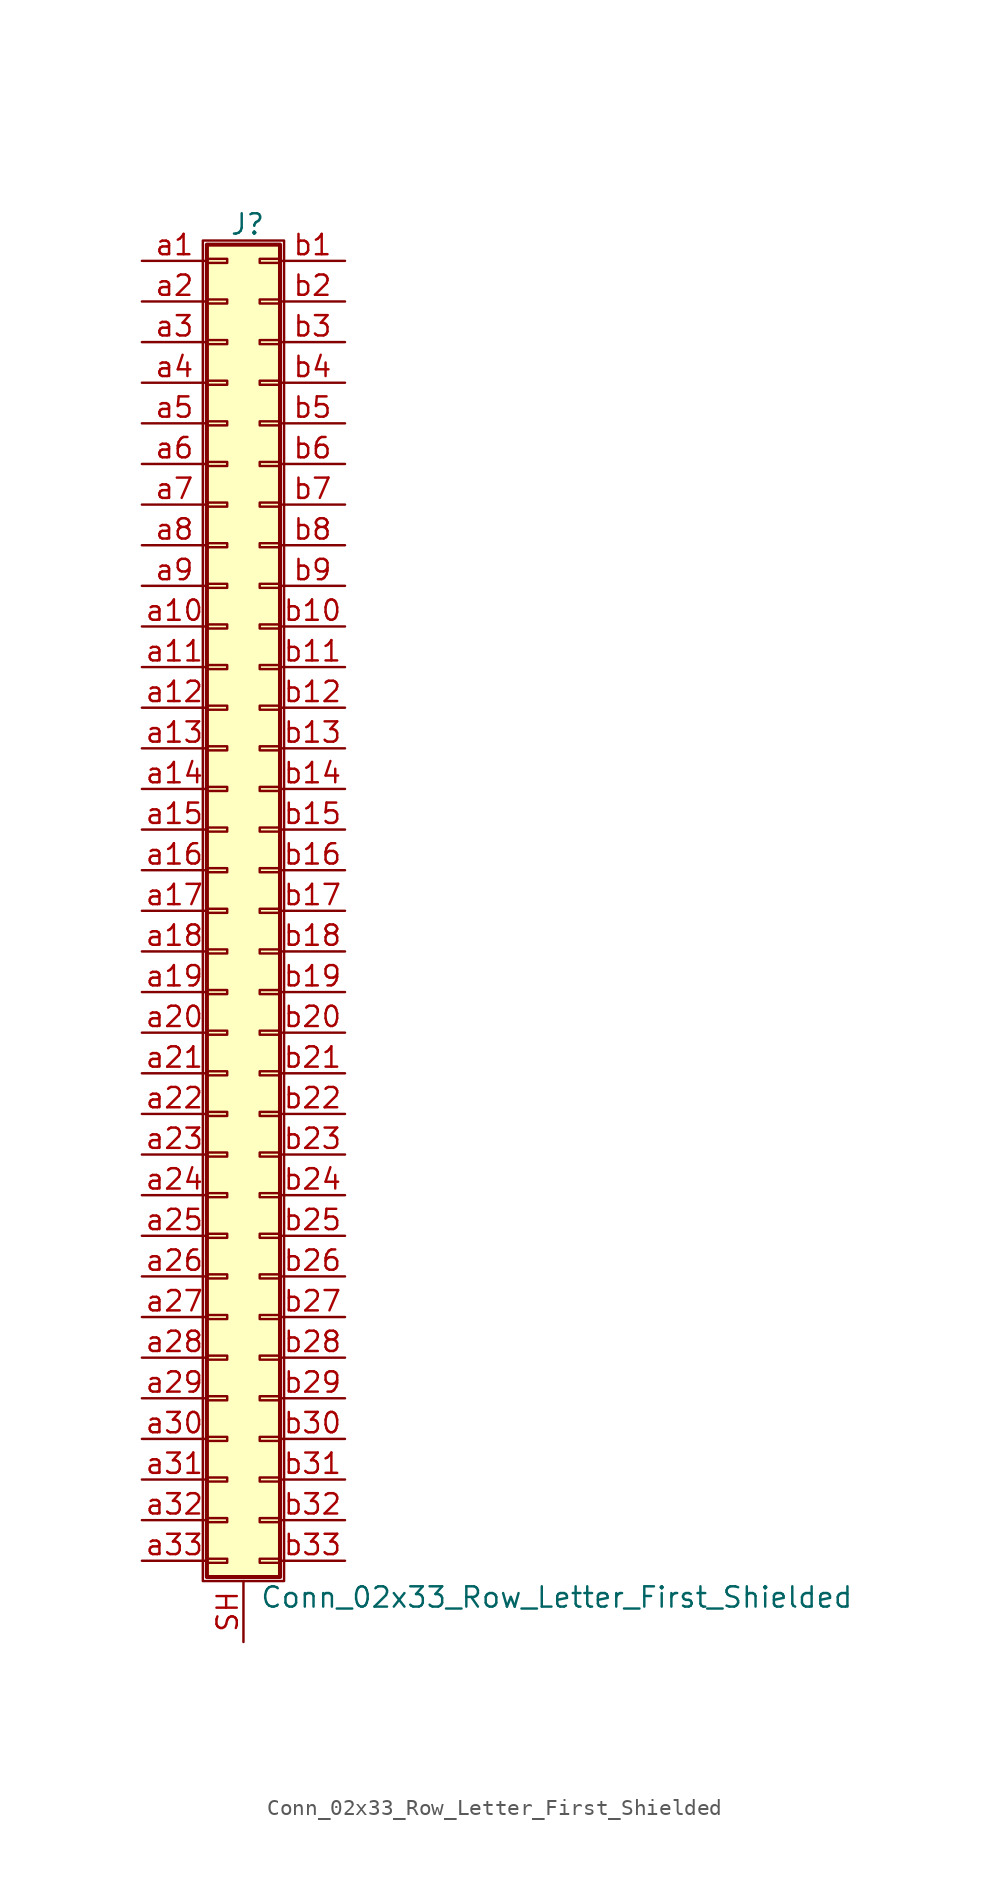
<source format=kicad_sym>
(kicad_symbol_lib
  (version 20211014)
  (generator kicad_symbol_editor)
  (symbol "Conn_02x33_Row_Letter_First_Shielded"
    (pin_names
      (offset 1.016) hide)
    (property "Reference" "J"
      (at 1.524 42.926 0)
      (effects (font (size 1.27 1.27))))
    (property "Value" "Conn_02x33_Row_Letter_First_Shielded"
      (at 2.286 -42.926 0)
      (effects (font (size 1.27 1.27)) (justify left)))
    (symbol "Conn_02x33_Row_Letter_First_Shielded_1_1"
      (rectangle (start -1.27 41.91) (end 3.81 -41.91) (stroke (width 0.152) (type default) (color 0 0 0 0)) (fill (type none)))
      (rectangle (start -1.016 -40.513) (end 0.254 -40.767) (stroke (width 0.152) (type default) (color 0 0 0 0)) (fill (type none)))
      (rectangle (start -1.016 -37.973) (end 0.254 -38.227) (stroke (width 0.152) (type default) (color 0 0 0 0)) (fill (type none)))
      (rectangle (start -1.016 -35.433) (end 0.254 -35.687) (stroke (width 0.152) (type default) (color 0 0 0 0)) (fill (type none)))
      (rectangle (start -1.016 -32.893) (end 0.254 -33.147) (stroke (width 0.152) (type default) (color 0 0 0 0)) (fill (type none)))
      (rectangle (start -1.016 -30.353) (end 0.254 -30.607) (stroke (width 0.152) (type default) (color 0 0 0 0)) (fill (type none)))
      (rectangle (start -1.016 -27.813) (end 0.254 -28.067) (stroke (width 0.152) (type default) (color 0 0 0 0)) (fill (type none)))
      (rectangle (start -1.016 -25.273) (end 0.254 -25.527) (stroke (width 0.152) (type default) (color 0 0 0 0)) (fill (type none)))
      (rectangle (start -1.016 -22.733) (end 0.254 -22.987) (stroke (width 0.152) (type default) (color 0 0 0 0)) (fill (type none)))
      (rectangle (start -1.016 -20.193) (end 0.254 -20.447) (stroke (width 0.152) (type default) (color 0 0 0 0)) (fill (type none)))
      (rectangle (start -1.016 -17.653) (end 0.254 -17.907) (stroke (width 0.152) (type default) (color 0 0 0 0)) (fill (type none)))
      (rectangle (start -1.016 -15.113) (end 0.254 -15.367) (stroke (width 0.152) (type default) (color 0 0 0 0)) (fill (type none)))
      (rectangle (start -1.016 -12.573) (end 0.254 -12.827) (stroke (width 0.152) (type default) (color 0 0 0 0)) (fill (type none)))
      (rectangle (start -1.016 -10.033) (end 0.254 -10.287) (stroke (width 0.152) (type default) (color 0 0 0 0)) (fill (type none)))
      (rectangle (start -1.016 -7.493) (end 0.254 -7.747) (stroke (width 0.152) (type default) (color 0 0 0 0)) (fill (type none)))
      (rectangle (start -1.016 -4.953) (end 0.254 -5.207) (stroke (width 0.152) (type default) (color 0 0 0 0)) (fill (type none)))
      (rectangle (start -1.016 -2.413) (end 0.254 -2.667) (stroke (width 0.152) (type default) (color 0 0 0 0)) (fill (type none)))
      (rectangle (start -1.016 0.127) (end 0.254 -0.127) (stroke (width 0.152) (type default) (color 0 0 0 0)) (fill (type none)))
      (rectangle (start -1.016 2.667) (end 0.254 2.413) (stroke (width 0.152) (type default) (color 0 0 0 0)) (fill (type none)))
      (rectangle (start -1.016 5.207) (end 0.254 4.953) (stroke (width 0.152) (type default) (color 0 0 0 0)) (fill (type none)))
      (rectangle (start -1.016 7.747) (end 0.254 7.493) (stroke (width 0.152) (type default) (color 0 0 0 0)) (fill (type none)))
      (rectangle (start -1.016 10.287) (end 0.254 10.033) (stroke (width 0.152) (type default) (color 0 0 0 0)) (fill (type none)))
      (rectangle (start -1.016 12.827) (end 0.254 12.573) (stroke (width 0.152) (type default) (color 0 0 0 0)) (fill (type none)))
      (rectangle (start -1.016 15.367) (end 0.254 15.113) (stroke (width 0.152) (type default) (color 0 0 0 0)) (fill (type none)))
      (rectangle (start -1.016 17.907) (end 0.254 17.653) (stroke (width 0.152) (type default) (color 0 0 0 0)) (fill (type none)))
      (rectangle (start -1.016 20.447) (end 0.254 20.193) (stroke (width 0.152) (type default) (color 0 0 0 0)) (fill (type none)))
      (rectangle (start -1.016 22.987) (end 0.254 22.733) (stroke (width 0.152) (type default) (color 0 0 0 0)) (fill (type none)))
      (rectangle (start -1.016 25.527) (end 0.254 25.273) (stroke (width 0.152) (type default) (color 0 0 0 0)) (fill (type none)))
      (rectangle (start -1.016 28.067) (end 0.254 27.813) (stroke (width 0.152) (type default) (color 0 0 0 0)) (fill (type none)))
      (rectangle (start -1.016 30.607) (end 0.254 30.353) (stroke (width 0.152) (type default) (color 0 0 0 0)) (fill (type none)))
      (rectangle (start -1.016 33.147) (end 0.254 32.893) (stroke (width 0.152) (type default) (color 0 0 0 0)) (fill (type none)))
      (rectangle (start -1.016 35.687) (end 0.254 35.433) (stroke (width 0.152) (type default) (color 0 0 0 0)) (fill (type none)))
      (rectangle (start -1.016 38.227) (end 0.254 37.973) (stroke (width 0.152) (type default) (color 0 0 0 0)) (fill (type none)))
      (rectangle (start -1.016 40.767) (end 0.254 40.513) (stroke (width 0.152) (type default) (color 0 0 0 0)) (fill (type none)))
      (rectangle (start -1.016 41.656) (end 3.556 -41.656) (stroke (width 0.254) (type default) (color 0 0 0 0)) (fill (type background)))
      (rectangle (start 3.556 -40.513) (end 2.286 -40.767) (stroke (width 0.152) (type default) (color 0 0 0 0)) (fill (type none)))
      (rectangle (start 3.556 -37.973) (end 2.286 -38.227) (stroke (width 0.152) (type default) (color 0 0 0 0)) (fill (type none)))
      (rectangle (start 3.556 -35.433) (end 2.286 -35.687) (stroke (width 0.152) (type default) (color 0 0 0 0)) (fill (type none)))
      (rectangle (start 3.556 -32.893) (end 2.286 -33.147) (stroke (width 0.152) (type default) (color 0 0 0 0)) (fill (type none)))
      (rectangle (start 3.556 -30.353) (end 2.286 -30.607) (stroke (width 0.152) (type default) (color 0 0 0 0)) (fill (type none)))
      (rectangle (start 3.556 -27.813) (end 2.286 -28.067) (stroke (width 0.152) (type default) (color 0 0 0 0)) (fill (type none)))
      (rectangle (start 3.556 -25.273) (end 2.286 -25.527) (stroke (width 0.152) (type default) (color 0 0 0 0)) (fill (type none)))
      (rectangle (start 3.556 -22.733) (end 2.286 -22.987) (stroke (width 0.152) (type default) (color 0 0 0 0)) (fill (type none)))
      (rectangle (start 3.556 -20.193) (end 2.286 -20.447) (stroke (width 0.152) (type default) (color 0 0 0 0)) (fill (type none)))
      (rectangle (start 3.556 -17.653) (end 2.286 -17.907) (stroke (width 0.152) (type default) (color 0 0 0 0)) (fill (type none)))
      (rectangle (start 3.556 -15.113) (end 2.286 -15.367) (stroke (width 0.152) (type default) (color 0 0 0 0)) (fill (type none)))
      (rectangle (start 3.556 -12.573) (end 2.286 -12.827) (stroke (width 0.152) (type default) (color 0 0 0 0)) (fill (type none)))
      (rectangle (start 3.556 -10.033) (end 2.286 -10.287) (stroke (width 0.152) (type default) (color 0 0 0 0)) (fill (type none)))
      (rectangle (start 3.556 -7.493) (end 2.286 -7.747) (stroke (width 0.152) (type default) (color 0 0 0 0)) (fill (type none)))
      (rectangle (start 3.556 -4.953) (end 2.286 -5.207) (stroke (width 0.152) (type default) (color 0 0 0 0)) (fill (type none)))
      (rectangle (start 3.556 -2.413) (end 2.286 -2.667) (stroke (width 0.152) (type default) (color 0 0 0 0)) (fill (type none)))
      (rectangle (start 3.556 0.127) (end 2.286 -0.127) (stroke (width 0.152) (type default) (color 0 0 0 0)) (fill (type none)))
      (rectangle (start 3.556 2.667) (end 2.286 2.413) (stroke (width 0.152) (type default) (color 0 0 0 0)) (fill (type none)))
      (rectangle (start 3.556 5.207) (end 2.286 4.953) (stroke (width 0.152) (type default) (color 0 0 0 0)) (fill (type none)))
      (rectangle (start 3.556 7.747) (end 2.286 7.493) (stroke (width 0.152) (type default) (color 0 0 0 0)) (fill (type none)))
      (rectangle (start 3.556 10.287) (end 2.286 10.033) (stroke (width 0.152) (type default) (color 0 0 0 0)) (fill (type none)))
      (rectangle (start 3.556 12.827) (end 2.286 12.573) (stroke (width 0.152) (type default) (color 0 0 0 0)) (fill (type none)))
      (rectangle (start 3.556 15.367) (end 2.286 15.113) (stroke (width 0.152) (type default) (color 0 0 0 0)) (fill (type none)))
      (rectangle (start 3.556 17.907) (end 2.286 17.653) (stroke (width 0.152) (type default) (color 0 0 0 0)) (fill (type none)))
      (rectangle (start 3.556 20.447) (end 2.286 20.193) (stroke (width 0.152) (type default) (color 0 0 0 0)) (fill (type none)))
      (rectangle (start 3.556 22.987) (end 2.286 22.733) (stroke (width 0.152) (type default) (color 0 0 0 0)) (fill (type none)))
      (rectangle (start 3.556 25.527) (end 2.286 25.273) (stroke (width 0.152) (type default) (color 0 0 0 0)) (fill (type none)))
      (rectangle (start 3.556 28.067) (end 2.286 27.813) (stroke (width 0.152) (type default) (color 0 0 0 0)) (fill (type none)))
      (rectangle (start 3.556 30.607) (end 2.286 30.353) (stroke (width 0.152) (type default) (color 0 0 0 0)) (fill (type none)))
      (rectangle (start 3.556 33.147) (end 2.286 32.893) (stroke (width 0.152) (type default) (color 0 0 0 0)) (fill (type none)))
      (rectangle (start 3.556 35.687) (end 2.286 35.433) (stroke (width 0.152) (type default) (color 0 0 0 0)) (fill (type none)))
      (rectangle (start 3.556 38.227) (end 2.286 37.973) (stroke (width 0.152) (type default) (color 0 0 0 0)) (fill (type none)))
      (rectangle (start 3.556 40.767) (end 2.286 40.513) (stroke (width 0.152) (type default) (color 0 0 0 0)) (fill (type none)))
      (pin passive line (at 1.27 -45.72 90) (length 3.81) (name "Shield" (effects (font (size 1.27 1.27)))) (number "SH" (effects (font (size 1.27 1.27)))))
      (pin passive line (at -5.08 40.64 0) (length 4.064) (name "Pin_a1" (effects (font (size 1.27 1.27)))) (number "a1" (effects (font (size 1.27 1.27)))))
      (pin passive line (at -5.08 17.78 0) (length 4.064) (name "Pin_a10" (effects (font (size 1.27 1.27)))) (number "a10" (effects (font (size 1.27 1.27)))))
      (pin passive line (at -5.08 15.24 0) (length 4.064) (name "Pin_a11" (effects (font (size 1.27 1.27)))) (number "a11" (effects (font (size 1.27 1.27)))))
      (pin passive line (at -5.08 12.7 0) (length 4.064) (name "Pin_a12" (effects (font (size 1.27 1.27)))) (number "a12" (effects (font (size 1.27 1.27)))))
      (pin passive line (at -5.08 10.16 0) (length 4.064) (name "Pin_a13" (effects (font (size 1.27 1.27)))) (number "a13" (effects (font (size 1.27 1.27)))))
      (pin passive line (at -5.08 7.62 0) (length 4.064) (name "Pin_a14" (effects (font (size 1.27 1.27)))) (number "a14" (effects (font (size 1.27 1.27)))))
      (pin passive line (at -5.08 5.08 0) (length 4.064) (name "Pin_a15" (effects (font (size 1.27 1.27)))) (number "a15" (effects (font (size 1.27 1.27)))))
      (pin passive line (at -5.08 2.54 0) (length 4.064) (name "Pin_a16" (effects (font (size 1.27 1.27)))) (number "a16" (effects (font (size 1.27 1.27)))))
      (pin passive line (at -5.08 0 0) (length 4.064) (name "Pin_a17" (effects (font (size 1.27 1.27)))) (number "a17" (effects (font (size 1.27 1.27)))))
      (pin passive line (at -5.08 -2.54 0) (length 4.064) (name "Pin_a18" (effects (font (size 1.27 1.27)))) (number "a18" (effects (font (size 1.27 1.27)))))
      (pin passive line (at -5.08 -5.08 0) (length 4.064) (name "Pin_a19" (effects (font (size 1.27 1.27)))) (number "a19" (effects (font (size 1.27 1.27)))))
      (pin passive line (at -5.08 38.1 0) (length 4.064) (name "Pin_a2" (effects (font (size 1.27 1.27)))) (number "a2" (effects (font (size 1.27 1.27)))))
      (pin passive line (at -5.08 -7.62 0) (length 4.064) (name "Pin_a20" (effects (font (size 1.27 1.27)))) (number "a20" (effects (font (size 1.27 1.27)))))
      (pin passive line (at -5.08 -10.16 0) (length 4.064) (name "Pin_a21" (effects (font (size 1.27 1.27)))) (number "a21" (effects (font (size 1.27 1.27)))))
      (pin passive line (at -5.08 -12.7 0) (length 4.064) (name "Pin_a22" (effects (font (size 1.27 1.27)))) (number "a22" (effects (font (size 1.27 1.27)))))
      (pin passive line (at -5.08 -15.24 0) (length 4.064) (name "Pin_a23" (effects (font (size 1.27 1.27)))) (number "a23" (effects (font (size 1.27 1.27)))))
      (pin passive line (at -5.08 -17.78 0) (length 4.064) (name "Pin_a24" (effects (font (size 1.27 1.27)))) (number "a24" (effects (font (size 1.27 1.27)))))
      (pin passive line (at -5.08 -20.32 0) (length 4.064) (name "Pin_a25" (effects (font (size 1.27 1.27)))) (number "a25" (effects (font (size 1.27 1.27)))))
      (pin passive line (at -5.08 -22.86 0) (length 4.064) (name "Pin_a26" (effects (font (size 1.27 1.27)))) (number "a26" (effects (font (size 1.27 1.27)))))
      (pin passive line (at -5.08 -25.4 0) (length 4.064) (name "Pin_a27" (effects (font (size 1.27 1.27)))) (number "a27" (effects (font (size 1.27 1.27)))))
      (pin passive line (at -5.08 -27.94 0) (length 4.064) (name "Pin_a28" (effects (font (size 1.27 1.27)))) (number "a28" (effects (font (size 1.27 1.27)))))
      (pin passive line (at -5.08 -30.48 0) (length 4.064) (name "Pin_a29" (effects (font (size 1.27 1.27)))) (number "a29" (effects (font (size 1.27 1.27)))))
      (pin passive line (at -5.08 35.56 0) (length 4.064) (name "Pin_a3" (effects (font (size 1.27 1.27)))) (number "a3" (effects (font (size 1.27 1.27)))))
      (pin passive line (at -5.08 -33.02 0) (length 4.064) (name "Pin_a30" (effects (font (size 1.27 1.27)))) (number "a30" (effects (font (size 1.27 1.27)))))
      (pin passive line (at -5.08 -35.56 0) (length 4.064) (name "Pin_a31" (effects (font (size 1.27 1.27)))) (number "a31" (effects (font (size 1.27 1.27)))))
      (pin passive line (at -5.08 -38.1 0) (length 4.064) (name "Pin_a32" (effects (font (size 1.27 1.27)))) (number "a32" (effects (font (size 1.27 1.27)))))
      (pin passive line (at -5.08 -40.64 0) (length 4.064) (name "Pin_a33" (effects (font (size 1.27 1.27)))) (number "a33" (effects (font (size 1.27 1.27)))))
      (pin passive line (at -5.08 33.02 0) (length 4.064) (name "Pin_a4" (effects (font (size 1.27 1.27)))) (number "a4" (effects (font (size 1.27 1.27)))))
      (pin passive line (at -5.08 30.48 0) (length 4.064) (name "Pin_a5" (effects (font (size 1.27 1.27)))) (number "a5" (effects (font (size 1.27 1.27)))))
      (pin passive line (at -5.08 27.94 0) (length 4.064) (name "Pin_a6" (effects (font (size 1.27 1.27)))) (number "a6" (effects (font (size 1.27 1.27)))))
      (pin passive line (at -5.08 25.4 0) (length 4.064) (name "Pin_a7" (effects (font (size 1.27 1.27)))) (number "a7" (effects (font (size 1.27 1.27)))))
      (pin passive line (at -5.08 22.86 0) (length 4.064) (name "Pin_a8" (effects (font (size 1.27 1.27)))) (number "a8" (effects (font (size 1.27 1.27)))))
      (pin passive line (at -5.08 20.32 0) (length 4.064) (name "Pin_a9" (effects (font (size 1.27 1.27)))) (number "a9" (effects (font (size 1.27 1.27)))))
      (pin passive line (at 7.62 40.64 180) (length 4.064) (name "Pin_b1" (effects (font (size 1.27 1.27)))) (number "b1" (effects (font (size 1.27 1.27)))))
      (pin passive line (at 7.62 17.78 180) (length 4.064) (name "Pin_b10" (effects (font (size 1.27 1.27)))) (number "b10" (effects (font (size 1.27 1.27)))))
      (pin passive line (at 7.62 15.24 180) (length 4.064) (name "Pin_b11" (effects (font (size 1.27 1.27)))) (number "b11" (effects (font (size 1.27 1.27)))))
      (pin passive line (at 7.62 12.7 180) (length 4.064) (name "Pin_b12" (effects (font (size 1.27 1.27)))) (number "b12" (effects (font (size 1.27 1.27)))))
      (pin passive line (at 7.62 10.16 180) (length 4.064) (name "Pin_b13" (effects (font (size 1.27 1.27)))) (number "b13" (effects (font (size 1.27 1.27)))))
      (pin passive line (at 7.62 7.62 180) (length 4.064) (name "Pin_b14" (effects (font (size 1.27 1.27)))) (number "b14" (effects (font (size 1.27 1.27)))))
      (pin passive line (at 7.62 5.08 180) (length 4.064) (name "Pin_b15" (effects (font (size 1.27 1.27)))) (number "b15" (effects (font (size 1.27 1.27)))))
      (pin passive line (at 7.62 2.54 180) (length 4.064) (name "Pin_b16" (effects (font (size 1.27 1.27)))) (number "b16" (effects (font (size 1.27 1.27)))))
      (pin passive line (at 7.62 0 180) (length 4.064) (name "Pin_b17" (effects (font (size 1.27 1.27)))) (number "b17" (effects (font (size 1.27 1.27)))))
      (pin passive line (at 7.62 -2.54 180) (length 4.064) (name "Pin_b18" (effects (font (size 1.27 1.27)))) (number "b18" (effects (font (size 1.27 1.27)))))
      (pin passive line (at 7.62 -5.08 180) (length 4.064) (name "Pin_b19" (effects (font (size 1.27 1.27)))) (number "b19" (effects (font (size 1.27 1.27)))))
      (pin passive line (at 7.62 38.1 180) (length 4.064) (name "Pin_b2" (effects (font (size 1.27 1.27)))) (number "b2" (effects (font (size 1.27 1.27)))))
      (pin passive line (at 7.62 -7.62 180) (length 4.064) (name "Pin_b20" (effects (font (size 1.27 1.27)))) (number "b20" (effects (font (size 1.27 1.27)))))
      (pin passive line (at 7.62 -10.16 180) (length 4.064) (name "Pin_b21" (effects (font (size 1.27 1.27)))) (number "b21" (effects (font (size 1.27 1.27)))))
      (pin passive line (at 7.62 -12.7 180) (length 4.064) (name "Pin_b22" (effects (font (size 1.27 1.27)))) (number "b22" (effects (font (size 1.27 1.27)))))
      (pin passive line (at 7.62 -15.24 180) (length 4.064) (name "Pin_b23" (effects (font (size 1.27 1.27)))) (number "b23" (effects (font (size 1.27 1.27)))))
      (pin passive line (at 7.62 -17.78 180) (length 4.064) (name "Pin_b24" (effects (font (size 1.27 1.27)))) (number "b24" (effects (font (size 1.27 1.27)))))
      (pin passive line (at 7.62 -20.32 180) (length 4.064) (name "Pin_b25" (effects (font (size 1.27 1.27)))) (number "b25" (effects (font (size 1.27 1.27)))))
      (pin passive line (at 7.62 -22.86 180) (length 4.064) (name "Pin_b26" (effects (font (size 1.27 1.27)))) (number "b26" (effects (font (size 1.27 1.27)))))
      (pin passive line (at 7.62 -25.4 180) (length 4.064) (name "Pin_b27" (effects (font (size 1.27 1.27)))) (number "b27" (effects (font (size 1.27 1.27)))))
      (pin passive line (at 7.62 -27.94 180) (length 4.064) (name "Pin_b28" (effects (font (size 1.27 1.27)))) (number "b28" (effects (font (size 1.27 1.27)))))
      (pin passive line (at 7.62 -30.48 180) (length 4.064) (name "Pin_b29" (effects (font (size 1.27 1.27)))) (number "b29" (effects (font (size 1.27 1.27)))))
      (pin passive line (at 7.62 35.56 180) (length 4.064) (name "Pin_b3" (effects (font (size 1.27 1.27)))) (number "b3" (effects (font (size 1.27 1.27)))))
      (pin passive line (at 7.62 -33.02 180) (length 4.064) (name "Pin_b30" (effects (font (size 1.27 1.27)))) (number "b30" (effects (font (size 1.27 1.27)))))
      (pin passive line (at 7.62 -35.56 180) (length 4.064) (name "Pin_b31" (effects (font (size 1.27 1.27)))) (number "b31" (effects (font (size 1.27 1.27)))))
      (pin passive line (at 7.62 -38.1 180) (length 4.064) (name "Pin_b32" (effects (font (size 1.27 1.27)))) (number "b32" (effects (font (size 1.27 1.27)))))
      (pin passive line (at 7.62 -40.64 180) (length 4.064) (name "Pin_b33" (effects (font (size 1.27 1.27)))) (number "b33" (effects (font (size 1.27 1.27)))))
      (pin passive line (at 7.62 33.02 180) (length 4.064) (name "Pin_b4" (effects (font (size 1.27 1.27)))) (number "b4" (effects (font (size 1.27 1.27)))))
      (pin passive line (at 7.62 30.48 180) (length 4.064) (name "Pin_b5" (effects (font (size 1.27 1.27)))) (number "b5" (effects (font (size 1.27 1.27)))))
      (pin passive line (at 7.62 27.94 180) (length 4.064) (name "Pin_b6" (effects (font (size 1.27 1.27)))) (number "b6" (effects (font (size 1.27 1.27)))))
      (pin passive line (at 7.62 25.4 180) (length 4.064) (name "Pin_b7" (effects (font (size 1.27 1.27)))) (number "b7" (effects (font (size 1.27 1.27)))))
      (pin passive line (at 7.62 22.86 180) (length 4.064) (name "Pin_b8" (effects (font (size 1.27 1.27)))) (number "b8" (effects (font (size 1.27 1.27)))))
      (pin passive line (at 7.62 20.32 180) (length 4.064) (name "Pin_b9" (effects (font (size 1.27 1.27)))) (number "b9" (effects (font (size 1.27 1.27))))))))
</source>
